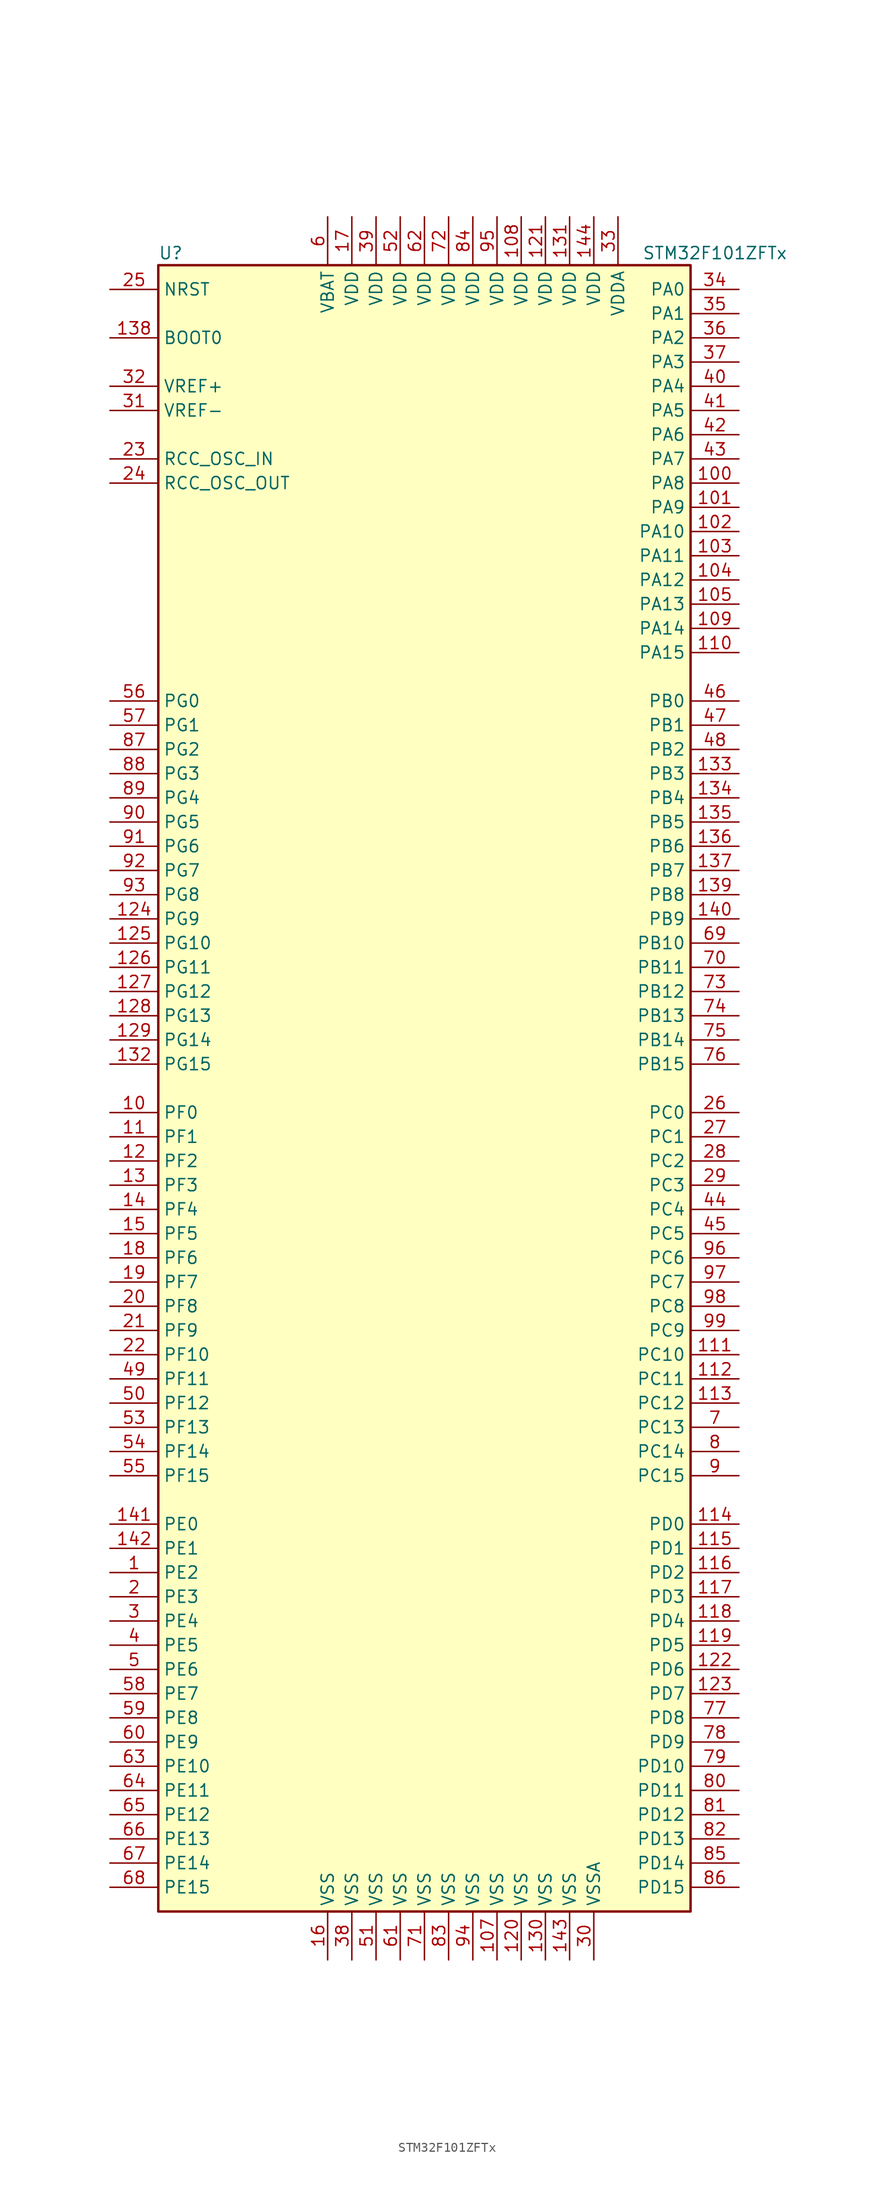
<source format=kicad_sym>
(kicad_symbol_lib
  (version 20201005)
  (generator kicad_symbol_editor)
  (symbol "STM32F101ZFTx"
    (property "Reference" "U"
      (at -27.94 87.63 0)
      (effects (font (size 1.27 1.27)) (justify left)))
    (property "Value" "STM32F101ZFTx"
      (at 22.86 87.63 0)
      (effects (font (size 1.27 1.27)) (justify left)))
    (symbol "STM32F101ZFTx_0_1"
      (rectangle (start -27.94 -86.36) (end 27.94 86.36) (stroke (width 0.254)) (fill (type background))))
    (symbol "STM32F101ZFTx_1_1"
      (pin input line (at -33.02 78.74 0) (length 5.08) (name "BOOT0" (effects (font (size 1.27 1.27)))) (number "138" (effects (font (size 1.27 1.27)))))
      (pin no_connect line (at -27.94 -83.82 0) (length 5.08) hide (name "NC" (effects (font (size 1.27 1.27)))) (number "106" (effects (font (size 1.27 1.27)))))
      (pin input line (at -33.02 83.82 0) (length 5.08) (name "NRST" (effects (font (size 1.27 1.27)))) (number "25" (effects (font (size 1.27 1.27)))))
      (pin bidirectional line (at 33.02 83.82 180) (length 5.08) (name "PA0" (effects (font (size 1.27 1.27)))) (number "34" (effects (font (size 1.27 1.27)))))
      (pin bidirectional line (at 33.02 81.28 180) (length 5.08) (name "PA1" (effects (font (size 1.27 1.27)))) (number "35" (effects (font (size 1.27 1.27)))))
      (pin bidirectional line (at 33.02 58.42 180) (length 5.08) (name "PA10" (effects (font (size 1.27 1.27)))) (number "102" (effects (font (size 1.27 1.27)))))
      (pin bidirectional line (at 33.02 55.88 180) (length 5.08) (name "PA11" (effects (font (size 1.27 1.27)))) (number "103" (effects (font (size 1.27 1.27)))))
      (pin bidirectional line (at 33.02 53.34 180) (length 5.08) (name "PA12" (effects (font (size 1.27 1.27)))) (number "104" (effects (font (size 1.27 1.27)))))
      (pin bidirectional line (at 33.02 50.8 180) (length 5.08) (name "PA13" (effects (font (size 1.27 1.27)))) (number "105" (effects (font (size 1.27 1.27)))))
      (pin bidirectional line (at 33.02 48.26 180) (length 5.08) (name "PA14" (effects (font (size 1.27 1.27)))) (number "109" (effects (font (size 1.27 1.27)))))
      (pin bidirectional line (at 33.02 45.72 180) (length 5.08) (name "PA15" (effects (font (size 1.27 1.27)))) (number "110" (effects (font (size 1.27 1.27)))))
      (pin bidirectional line (at 33.02 78.74 180) (length 5.08) (name "PA2" (effects (font (size 1.27 1.27)))) (number "36" (effects (font (size 1.27 1.27)))))
      (pin bidirectional line (at 33.02 76.2 180) (length 5.08) (name "PA3" (effects (font (size 1.27 1.27)))) (number "37" (effects (font (size 1.27 1.27)))))
      (pin bidirectional line (at 33.02 73.66 180) (length 5.08) (name "PA4" (effects (font (size 1.27 1.27)))) (number "40" (effects (font (size 1.27 1.27)))))
      (pin bidirectional line (at 33.02 71.12 180) (length 5.08) (name "PA5" (effects (font (size 1.27 1.27)))) (number "41" (effects (font (size 1.27 1.27)))))
      (pin bidirectional line (at 33.02 68.58 180) (length 5.08) (name "PA6" (effects (font (size 1.27 1.27)))) (number "42" (effects (font (size 1.27 1.27)))))
      (pin bidirectional line (at 33.02 66.04 180) (length 5.08) (name "PA7" (effects (font (size 1.27 1.27)))) (number "43" (effects (font (size 1.27 1.27)))))
      (pin bidirectional line (at 33.02 63.5 180) (length 5.08) (name "PA8" (effects (font (size 1.27 1.27)))) (number "100" (effects (font (size 1.27 1.27)))))
      (pin bidirectional line (at 33.02 60.96 180) (length 5.08) (name "PA9" (effects (font (size 1.27 1.27)))) (number "101" (effects (font (size 1.27 1.27)))))
      (pin bidirectional line (at 33.02 40.64 180) (length 5.08) (name "PB0" (effects (font (size 1.27 1.27)))) (number "46" (effects (font (size 1.27 1.27)))))
      (pin bidirectional line (at 33.02 38.1 180) (length 5.08) (name "PB1" (effects (font (size 1.27 1.27)))) (number "47" (effects (font (size 1.27 1.27)))))
      (pin bidirectional line (at 33.02 15.24 180) (length 5.08) (name "PB10" (effects (font (size 1.27 1.27)))) (number "69" (effects (font (size 1.27 1.27)))))
      (pin bidirectional line (at 33.02 12.7 180) (length 5.08) (name "PB11" (effects (font (size 1.27 1.27)))) (number "70" (effects (font (size 1.27 1.27)))))
      (pin bidirectional line (at 33.02 10.16 180) (length 5.08) (name "PB12" (effects (font (size 1.27 1.27)))) (number "73" (effects (font (size 1.27 1.27)))))
      (pin bidirectional line (at 33.02 7.62 180) (length 5.08) (name "PB13" (effects (font (size 1.27 1.27)))) (number "74" (effects (font (size 1.27 1.27)))))
      (pin bidirectional line (at 33.02 5.08 180) (length 5.08) (name "PB14" (effects (font (size 1.27 1.27)))) (number "75" (effects (font (size 1.27 1.27)))))
      (pin bidirectional line (at 33.02 2.54 180) (length 5.08) (name "PB15" (effects (font (size 1.27 1.27)))) (number "76" (effects (font (size 1.27 1.27)))))
      (pin bidirectional line (at 33.02 35.56 180) (length 5.08) (name "PB2" (effects (font (size 1.27 1.27)))) (number "48" (effects (font (size 1.27 1.27)))))
      (pin bidirectional line (at 33.02 33.02 180) (length 5.08) (name "PB3" (effects (font (size 1.27 1.27)))) (number "133" (effects (font (size 1.27 1.27)))))
      (pin bidirectional line (at 33.02 30.48 180) (length 5.08) (name "PB4" (effects (font (size 1.27 1.27)))) (number "134" (effects (font (size 1.27 1.27)))))
      (pin bidirectional line (at 33.02 27.94 180) (length 5.08) (name "PB5" (effects (font (size 1.27 1.27)))) (number "135" (effects (font (size 1.27 1.27)))))
      (pin bidirectional line (at 33.02 25.4 180) (length 5.08) (name "PB6" (effects (font (size 1.27 1.27)))) (number "136" (effects (font (size 1.27 1.27)))))
      (pin bidirectional line (at 33.02 22.86 180) (length 5.08) (name "PB7" (effects (font (size 1.27 1.27)))) (number "137" (effects (font (size 1.27 1.27)))))
      (pin bidirectional line (at 33.02 20.32 180) (length 5.08) (name "PB8" (effects (font (size 1.27 1.27)))) (number "139" (effects (font (size 1.27 1.27)))))
      (pin bidirectional line (at 33.02 17.78 180) (length 5.08) (name "PB9" (effects (font (size 1.27 1.27)))) (number "140" (effects (font (size 1.27 1.27)))))
      (pin bidirectional line (at 33.02 -2.54 180) (length 5.08) (name "PC0" (effects (font (size 1.27 1.27)))) (number "26" (effects (font (size 1.27 1.27)))))
      (pin bidirectional line (at 33.02 -5.08 180) (length 5.08) (name "PC1" (effects (font (size 1.27 1.27)))) (number "27" (effects (font (size 1.27 1.27)))))
      (pin bidirectional line (at 33.02 -27.94 180) (length 5.08) (name "PC10" (effects (font (size 1.27 1.27)))) (number "111" (effects (font (size 1.27 1.27)))))
      (pin bidirectional line (at 33.02 -30.48 180) (length 5.08) (name "PC11" (effects (font (size 1.27 1.27)))) (number "112" (effects (font (size 1.27 1.27)))))
      (pin bidirectional line (at 33.02 -33.02 180) (length 5.08) (name "PC12" (effects (font (size 1.27 1.27)))) (number "113" (effects (font (size 1.27 1.27)))))
      (pin bidirectional line (at 33.02 -35.56 180) (length 5.08) (name "PC13" (effects (font (size 1.27 1.27)))) (number "7" (effects (font (size 1.27 1.27)))))
      (pin bidirectional line (at 33.02 -38.1 180) (length 5.08) (name "PC14" (effects (font (size 1.27 1.27)))) (number "8" (effects (font (size 1.27 1.27)))))
      (pin bidirectional line (at 33.02 -40.64 180) (length 5.08) (name "PC15" (effects (font (size 1.27 1.27)))) (number "9" (effects (font (size 1.27 1.27)))))
      (pin bidirectional line (at 33.02 -7.62 180) (length 5.08) (name "PC2" (effects (font (size 1.27 1.27)))) (number "28" (effects (font (size 1.27 1.27)))))
      (pin bidirectional line (at 33.02 -10.16 180) (length 5.08) (name "PC3" (effects (font (size 1.27 1.27)))) (number "29" (effects (font (size 1.27 1.27)))))
      (pin bidirectional line (at 33.02 -12.7 180) (length 5.08) (name "PC4" (effects (font (size 1.27 1.27)))) (number "44" (effects (font (size 1.27 1.27)))))
      (pin bidirectional line (at 33.02 -15.24 180) (length 5.08) (name "PC5" (effects (font (size 1.27 1.27)))) (number "45" (effects (font (size 1.27 1.27)))))
      (pin bidirectional line (at 33.02 -17.78 180) (length 5.08) (name "PC6" (effects (font (size 1.27 1.27)))) (number "96" (effects (font (size 1.27 1.27)))))
      (pin bidirectional line (at 33.02 -20.32 180) (length 5.08) (name "PC7" (effects (font (size 1.27 1.27)))) (number "97" (effects (font (size 1.27 1.27)))))
      (pin bidirectional line (at 33.02 -22.86 180) (length 5.08) (name "PC8" (effects (font (size 1.27 1.27)))) (number "98" (effects (font (size 1.27 1.27)))))
      (pin bidirectional line (at 33.02 -25.4 180) (length 5.08) (name "PC9" (effects (font (size 1.27 1.27)))) (number "99" (effects (font (size 1.27 1.27)))))
      (pin bidirectional line (at 33.02 -45.72 180) (length 5.08) (name "PD0" (effects (font (size 1.27 1.27)))) (number "114" (effects (font (size 1.27 1.27)))))
      (pin bidirectional line (at 33.02 -48.26 180) (length 5.08) (name "PD1" (effects (font (size 1.27 1.27)))) (number "115" (effects (font (size 1.27 1.27)))))
      (pin bidirectional line (at 33.02 -71.12 180) (length 5.08) (name "PD10" (effects (font (size 1.27 1.27)))) (number "79" (effects (font (size 1.27 1.27)))))
      (pin bidirectional line (at 33.02 -73.66 180) (length 5.08) (name "PD11" (effects (font (size 1.27 1.27)))) (number "80" (effects (font (size 1.27 1.27)))))
      (pin bidirectional line (at 33.02 -76.2 180) (length 5.08) (name "PD12" (effects (font (size 1.27 1.27)))) (number "81" (effects (font (size 1.27 1.27)))))
      (pin bidirectional line (at 33.02 -78.74 180) (length 5.08) (name "PD13" (effects (font (size 1.27 1.27)))) (number "82" (effects (font (size 1.27 1.27)))))
      (pin bidirectional line (at 33.02 -81.28 180) (length 5.08) (name "PD14" (effects (font (size 1.27 1.27)))) (number "85" (effects (font (size 1.27 1.27)))))
      (pin bidirectional line (at 33.02 -83.82 180) (length 5.08) (name "PD15" (effects (font (size 1.27 1.27)))) (number "86" (effects (font (size 1.27 1.27)))))
      (pin bidirectional line (at 33.02 -50.8 180) (length 5.08) (name "PD2" (effects (font (size 1.27 1.27)))) (number "116" (effects (font (size 1.27 1.27)))))
      (pin bidirectional line (at 33.02 -53.34 180) (length 5.08) (name "PD3" (effects (font (size 1.27 1.27)))) (number "117" (effects (font (size 1.27 1.27)))))
      (pin bidirectional line (at 33.02 -55.88 180) (length 5.08) (name "PD4" (effects (font (size 1.27 1.27)))) (number "118" (effects (font (size 1.27 1.27)))))
      (pin bidirectional line (at 33.02 -58.42 180) (length 5.08) (name "PD5" (effects (font (size 1.27 1.27)))) (number "119" (effects (font (size 1.27 1.27)))))
      (pin bidirectional line (at 33.02 -60.96 180) (length 5.08) (name "PD6" (effects (font (size 1.27 1.27)))) (number "122" (effects (font (size 1.27 1.27)))))
      (pin bidirectional line (at 33.02 -63.5 180) (length 5.08) (name "PD7" (effects (font (size 1.27 1.27)))) (number "123" (effects (font (size 1.27 1.27)))))
      (pin bidirectional line (at 33.02 -66.04 180) (length 5.08) (name "PD8" (effects (font (size 1.27 1.27)))) (number "77" (effects (font (size 1.27 1.27)))))
      (pin bidirectional line (at 33.02 -68.58 180) (length 5.08) (name "PD9" (effects (font (size 1.27 1.27)))) (number "78" (effects (font (size 1.27 1.27)))))
      (pin bidirectional line (at -33.02 -45.72 0) (length 5.08) (name "PE0" (effects (font (size 1.27 1.27)))) (number "141" (effects (font (size 1.27 1.27)))))
      (pin bidirectional line (at -33.02 -48.26 0) (length 5.08) (name "PE1" (effects (font (size 1.27 1.27)))) (number "142" (effects (font (size 1.27 1.27)))))
      (pin bidirectional line (at -33.02 -71.12 0) (length 5.08) (name "PE10" (effects (font (size 1.27 1.27)))) (number "63" (effects (font (size 1.27 1.27)))))
      (pin bidirectional line (at -33.02 -73.66 0) (length 5.08) (name "PE11" (effects (font (size 1.27 1.27)))) (number "64" (effects (font (size 1.27 1.27)))))
      (pin bidirectional line (at -33.02 -76.2 0) (length 5.08) (name "PE12" (effects (font (size 1.27 1.27)))) (number "65" (effects (font (size 1.27 1.27)))))
      (pin bidirectional line (at -33.02 -78.74 0) (length 5.08) (name "PE13" (effects (font (size 1.27 1.27)))) (number "66" (effects (font (size 1.27 1.27)))))
      (pin bidirectional line (at -33.02 -81.28 0) (length 5.08) (name "PE14" (effects (font (size 1.27 1.27)))) (number "67" (effects (font (size 1.27 1.27)))))
      (pin bidirectional line (at -33.02 -83.82 0) (length 5.08) (name "PE15" (effects (font (size 1.27 1.27)))) (number "68" (effects (font (size 1.27 1.27)))))
      (pin bidirectional line (at -33.02 -50.8 0) (length 5.08) (name "PE2" (effects (font (size 1.27 1.27)))) (number "1" (effects (font (size 1.27 1.27)))))
      (pin bidirectional line (at -33.02 -53.34 0) (length 5.08) (name "PE3" (effects (font (size 1.27 1.27)))) (number "2" (effects (font (size 1.27 1.27)))))
      (pin bidirectional line (at -33.02 -55.88 0) (length 5.08) (name "PE4" (effects (font (size 1.27 1.27)))) (number "3" (effects (font (size 1.27 1.27)))))
      (pin bidirectional line (at -33.02 -58.42 0) (length 5.08) (name "PE5" (effects (font (size 1.27 1.27)))) (number "4" (effects (font (size 1.27 1.27)))))
      (pin bidirectional line (at -33.02 -60.96 0) (length 5.08) (name "PE6" (effects (font (size 1.27 1.27)))) (number "5" (effects (font (size 1.27 1.27)))))
      (pin bidirectional line (at -33.02 -63.5 0) (length 5.08) (name "PE7" (effects (font (size 1.27 1.27)))) (number "58" (effects (font (size 1.27 1.27)))))
      (pin bidirectional line (at -33.02 -66.04 0) (length 5.08) (name "PE8" (effects (font (size 1.27 1.27)))) (number "59" (effects (font (size 1.27 1.27)))))
      (pin bidirectional line (at -33.02 -68.58 0) (length 5.08) (name "PE9" (effects (font (size 1.27 1.27)))) (number "60" (effects (font (size 1.27 1.27)))))
      (pin bidirectional line (at -33.02 -2.54 0) (length 5.08) (name "PF0" (effects (font (size 1.27 1.27)))) (number "10" (effects (font (size 1.27 1.27)))))
      (pin bidirectional line (at -33.02 -5.08 0) (length 5.08) (name "PF1" (effects (font (size 1.27 1.27)))) (number "11" (effects (font (size 1.27 1.27)))))
      (pin bidirectional line (at -33.02 -27.94 0) (length 5.08) (name "PF10" (effects (font (size 1.27 1.27)))) (number "22" (effects (font (size 1.27 1.27)))))
      (pin bidirectional line (at -33.02 -30.48 0) (length 5.08) (name "PF11" (effects (font (size 1.27 1.27)))) (number "49" (effects (font (size 1.27 1.27)))))
      (pin bidirectional line (at -33.02 -33.02 0) (length 5.08) (name "PF12" (effects (font (size 1.27 1.27)))) (number "50" (effects (font (size 1.27 1.27)))))
      (pin bidirectional line (at -33.02 -35.56 0) (length 5.08) (name "PF13" (effects (font (size 1.27 1.27)))) (number "53" (effects (font (size 1.27 1.27)))))
      (pin bidirectional line (at -33.02 -38.1 0) (length 5.08) (name "PF14" (effects (font (size 1.27 1.27)))) (number "54" (effects (font (size 1.27 1.27)))))
      (pin bidirectional line (at -33.02 -40.64 0) (length 5.08) (name "PF15" (effects (font (size 1.27 1.27)))) (number "55" (effects (font (size 1.27 1.27)))))
      (pin bidirectional line (at -33.02 -7.62 0) (length 5.08) (name "PF2" (effects (font (size 1.27 1.27)))) (number "12" (effects (font (size 1.27 1.27)))))
      (pin bidirectional line (at -33.02 -10.16 0) (length 5.08) (name "PF3" (effects (font (size 1.27 1.27)))) (number "13" (effects (font (size 1.27 1.27)))))
      (pin bidirectional line (at -33.02 -12.7 0) (length 5.08) (name "PF4" (effects (font (size 1.27 1.27)))) (number "14" (effects (font (size 1.27 1.27)))))
      (pin bidirectional line (at -33.02 -15.24 0) (length 5.08) (name "PF5" (effects (font (size 1.27 1.27)))) (number "15" (effects (font (size 1.27 1.27)))))
      (pin bidirectional line (at -33.02 -17.78 0) (length 5.08) (name "PF6" (effects (font (size 1.27 1.27)))) (number "18" (effects (font (size 1.27 1.27)))))
      (pin bidirectional line (at -33.02 -20.32 0) (length 5.08) (name "PF7" (effects (font (size 1.27 1.27)))) (number "19" (effects (font (size 1.27 1.27)))))
      (pin bidirectional line (at -33.02 -22.86 0) (length 5.08) (name "PF8" (effects (font (size 1.27 1.27)))) (number "20" (effects (font (size 1.27 1.27)))))
      (pin bidirectional line (at -33.02 -25.4 0) (length 5.08) (name "PF9" (effects (font (size 1.27 1.27)))) (number "21" (effects (font (size 1.27 1.27)))))
      (pin bidirectional line (at -33.02 40.64 0) (length 5.08) (name "PG0" (effects (font (size 1.27 1.27)))) (number "56" (effects (font (size 1.27 1.27)))))
      (pin bidirectional line (at -33.02 38.1 0) (length 5.08) (name "PG1" (effects (font (size 1.27 1.27)))) (number "57" (effects (font (size 1.27 1.27)))))
      (pin bidirectional line (at -33.02 15.24 0) (length 5.08) (name "PG10" (effects (font (size 1.27 1.27)))) (number "125" (effects (font (size 1.27 1.27)))))
      (pin bidirectional line (at -33.02 12.7 0) (length 5.08) (name "PG11" (effects (font (size 1.27 1.27)))) (number "126" (effects (font (size 1.27 1.27)))))
      (pin bidirectional line (at -33.02 10.16 0) (length 5.08) (name "PG12" (effects (font (size 1.27 1.27)))) (number "127" (effects (font (size 1.27 1.27)))))
      (pin bidirectional line (at -33.02 7.62 0) (length 5.08) (name "PG13" (effects (font (size 1.27 1.27)))) (number "128" (effects (font (size 1.27 1.27)))))
      (pin bidirectional line (at -33.02 5.08 0) (length 5.08) (name "PG14" (effects (font (size 1.27 1.27)))) (number "129" (effects (font (size 1.27 1.27)))))
      (pin bidirectional line (at -33.02 2.54 0) (length 5.08) (name "PG15" (effects (font (size 1.27 1.27)))) (number "132" (effects (font (size 1.27 1.27)))))
      (pin bidirectional line (at -33.02 35.56 0) (length 5.08) (name "PG2" (effects (font (size 1.27 1.27)))) (number "87" (effects (font (size 1.27 1.27)))))
      (pin bidirectional line (at -33.02 33.02 0) (length 5.08) (name "PG3" (effects (font (size 1.27 1.27)))) (number "88" (effects (font (size 1.27 1.27)))))
      (pin bidirectional line (at -33.02 30.48 0) (length 5.08) (name "PG4" (effects (font (size 1.27 1.27)))) (number "89" (effects (font (size 1.27 1.27)))))
      (pin bidirectional line (at -33.02 27.94 0) (length 5.08) (name "PG5" (effects (font (size 1.27 1.27)))) (number "90" (effects (font (size 1.27 1.27)))))
      (pin bidirectional line (at -33.02 25.4 0) (length 5.08) (name "PG6" (effects (font (size 1.27 1.27)))) (number "91" (effects (font (size 1.27 1.27)))))
      (pin bidirectional line (at -33.02 22.86 0) (length 5.08) (name "PG7" (effects (font (size 1.27 1.27)))) (number "92" (effects (font (size 1.27 1.27)))))
      (pin bidirectional line (at -33.02 20.32 0) (length 5.08) (name "PG8" (effects (font (size 1.27 1.27)))) (number "93" (effects (font (size 1.27 1.27)))))
      (pin bidirectional line (at -33.02 17.78 0) (length 5.08) (name "PG9" (effects (font (size 1.27 1.27)))) (number "124" (effects (font (size 1.27 1.27)))))
      (pin input line (at -33.02 66.04 0) (length 5.08) (name "RCC_OSC_IN" (effects (font (size 1.27 1.27)))) (number "23" (effects (font (size 1.27 1.27)))))
      (pin input line (at -33.02 63.5 0) (length 5.08) (name "RCC_OSC_OUT" (effects (font (size 1.27 1.27)))) (number "24" (effects (font (size 1.27 1.27)))))
      (pin power_in line (at -10.16 91.44 270) (length 5.08) (name "VBAT" (effects (font (size 1.27 1.27)))) (number "6" (effects (font (size 1.27 1.27)))))
      (pin power_in line (at 10.16 91.44 270) (length 5.08) (name "VDD" (effects (font (size 1.27 1.27)))) (number "108" (effects (font (size 1.27 1.27)))))
      (pin power_in line (at 12.7 91.44 270) (length 5.08) (name "VDD" (effects (font (size 1.27 1.27)))) (number "121" (effects (font (size 1.27 1.27)))))
      (pin power_in line (at 15.24 91.44 270) (length 5.08) (name "VDD" (effects (font (size 1.27 1.27)))) (number "131" (effects (font (size 1.27 1.27)))))
      (pin power_in line (at 17.78 91.44 270) (length 5.08) (name "VDD" (effects (font (size 1.27 1.27)))) (number "144" (effects (font (size 1.27 1.27)))))
      (pin power_in line (at -7.62 91.44 270) (length 5.08) (name "VDD" (effects (font (size 1.27 1.27)))) (number "17" (effects (font (size 1.27 1.27)))))
      (pin power_in line (at -5.08 91.44 270) (length 5.08) (name "VDD" (effects (font (size 1.27 1.27)))) (number "39" (effects (font (size 1.27 1.27)))))
      (pin power_in line (at -2.54 91.44 270) (length 5.08) (name "VDD" (effects (font (size 1.27 1.27)))) (number "52" (effects (font (size 1.27 1.27)))))
      (pin power_in line (at 0 91.44 270) (length 5.08) (name "VDD" (effects (font (size 1.27 1.27)))) (number "62" (effects (font (size 1.27 1.27)))))
      (pin power_in line (at 2.54 91.44 270) (length 5.08) (name "VDD" (effects (font (size 1.27 1.27)))) (number "72" (effects (font (size 1.27 1.27)))))
      (pin power_in line (at 5.08 91.44 270) (length 5.08) (name "VDD" (effects (font (size 1.27 1.27)))) (number "84" (effects (font (size 1.27 1.27)))))
      (pin power_in line (at 7.62 91.44 270) (length 5.08) (name "VDD" (effects (font (size 1.27 1.27)))) (number "95" (effects (font (size 1.27 1.27)))))
      (pin power_in line (at 20.32 91.44 270) (length 5.08) (name "VDDA" (effects (font (size 1.27 1.27)))) (number "33" (effects (font (size 1.27 1.27)))))
      (pin power_in line (at -33.02 73.66 0) (length 5.08) (name "VREF+" (effects (font (size 1.27 1.27)))) (number "32" (effects (font (size 1.27 1.27)))))
      (pin power_in line (at -33.02 71.12 0) (length 5.08) (name "VREF-" (effects (font (size 1.27 1.27)))) (number "31" (effects (font (size 1.27 1.27)))))
      (pin power_in line (at 7.62 -91.44 90) (length 5.08) (name "VSS" (effects (font (size 1.27 1.27)))) (number "107" (effects (font (size 1.27 1.27)))))
      (pin power_in line (at 10.16 -91.44 90) (length 5.08) (name "VSS" (effects (font (size 1.27 1.27)))) (number "120" (effects (font (size 1.27 1.27)))))
      (pin power_in line (at 12.7 -91.44 90) (length 5.08) (name "VSS" (effects (font (size 1.27 1.27)))) (number "130" (effects (font (size 1.27 1.27)))))
      (pin power_in line (at 15.24 -91.44 90) (length 5.08) (name "VSS" (effects (font (size 1.27 1.27)))) (number "143" (effects (font (size 1.27 1.27)))))
      (pin power_in line (at -10.16 -91.44 90) (length 5.08) (name "VSS" (effects (font (size 1.27 1.27)))) (number "16" (effects (font (size 1.27 1.27)))))
      (pin power_in line (at -7.62 -91.44 90) (length 5.08) (name "VSS" (effects (font (size 1.27 1.27)))) (number "38" (effects (font (size 1.27 1.27)))))
      (pin power_in line (at -5.08 -91.44 90) (length 5.08) (name "VSS" (effects (font (size 1.27 1.27)))) (number "51" (effects (font (size 1.27 1.27)))))
      (pin power_in line (at -2.54 -91.44 90) (length 5.08) (name "VSS" (effects (font (size 1.27 1.27)))) (number "61" (effects (font (size 1.27 1.27)))))
      (pin power_in line (at 0 -91.44 90) (length 5.08) (name "VSS" (effects (font (size 1.27 1.27)))) (number "71" (effects (font (size 1.27 1.27)))))
      (pin power_in line (at 2.54 -91.44 90) (length 5.08) (name "VSS" (effects (font (size 1.27 1.27)))) (number "83" (effects (font (size 1.27 1.27)))))
      (pin power_in line (at 5.08 -91.44 90) (length 5.08) (name "VSS" (effects (font (size 1.27 1.27)))) (number "94" (effects (font (size 1.27 1.27)))))
      (pin power_in line (at 17.78 -91.44 90) (length 5.08) (name "VSSA" (effects (font (size 1.27 1.27)))) (number "30" (effects (font (size 1.27 1.27))))))))
</source>
